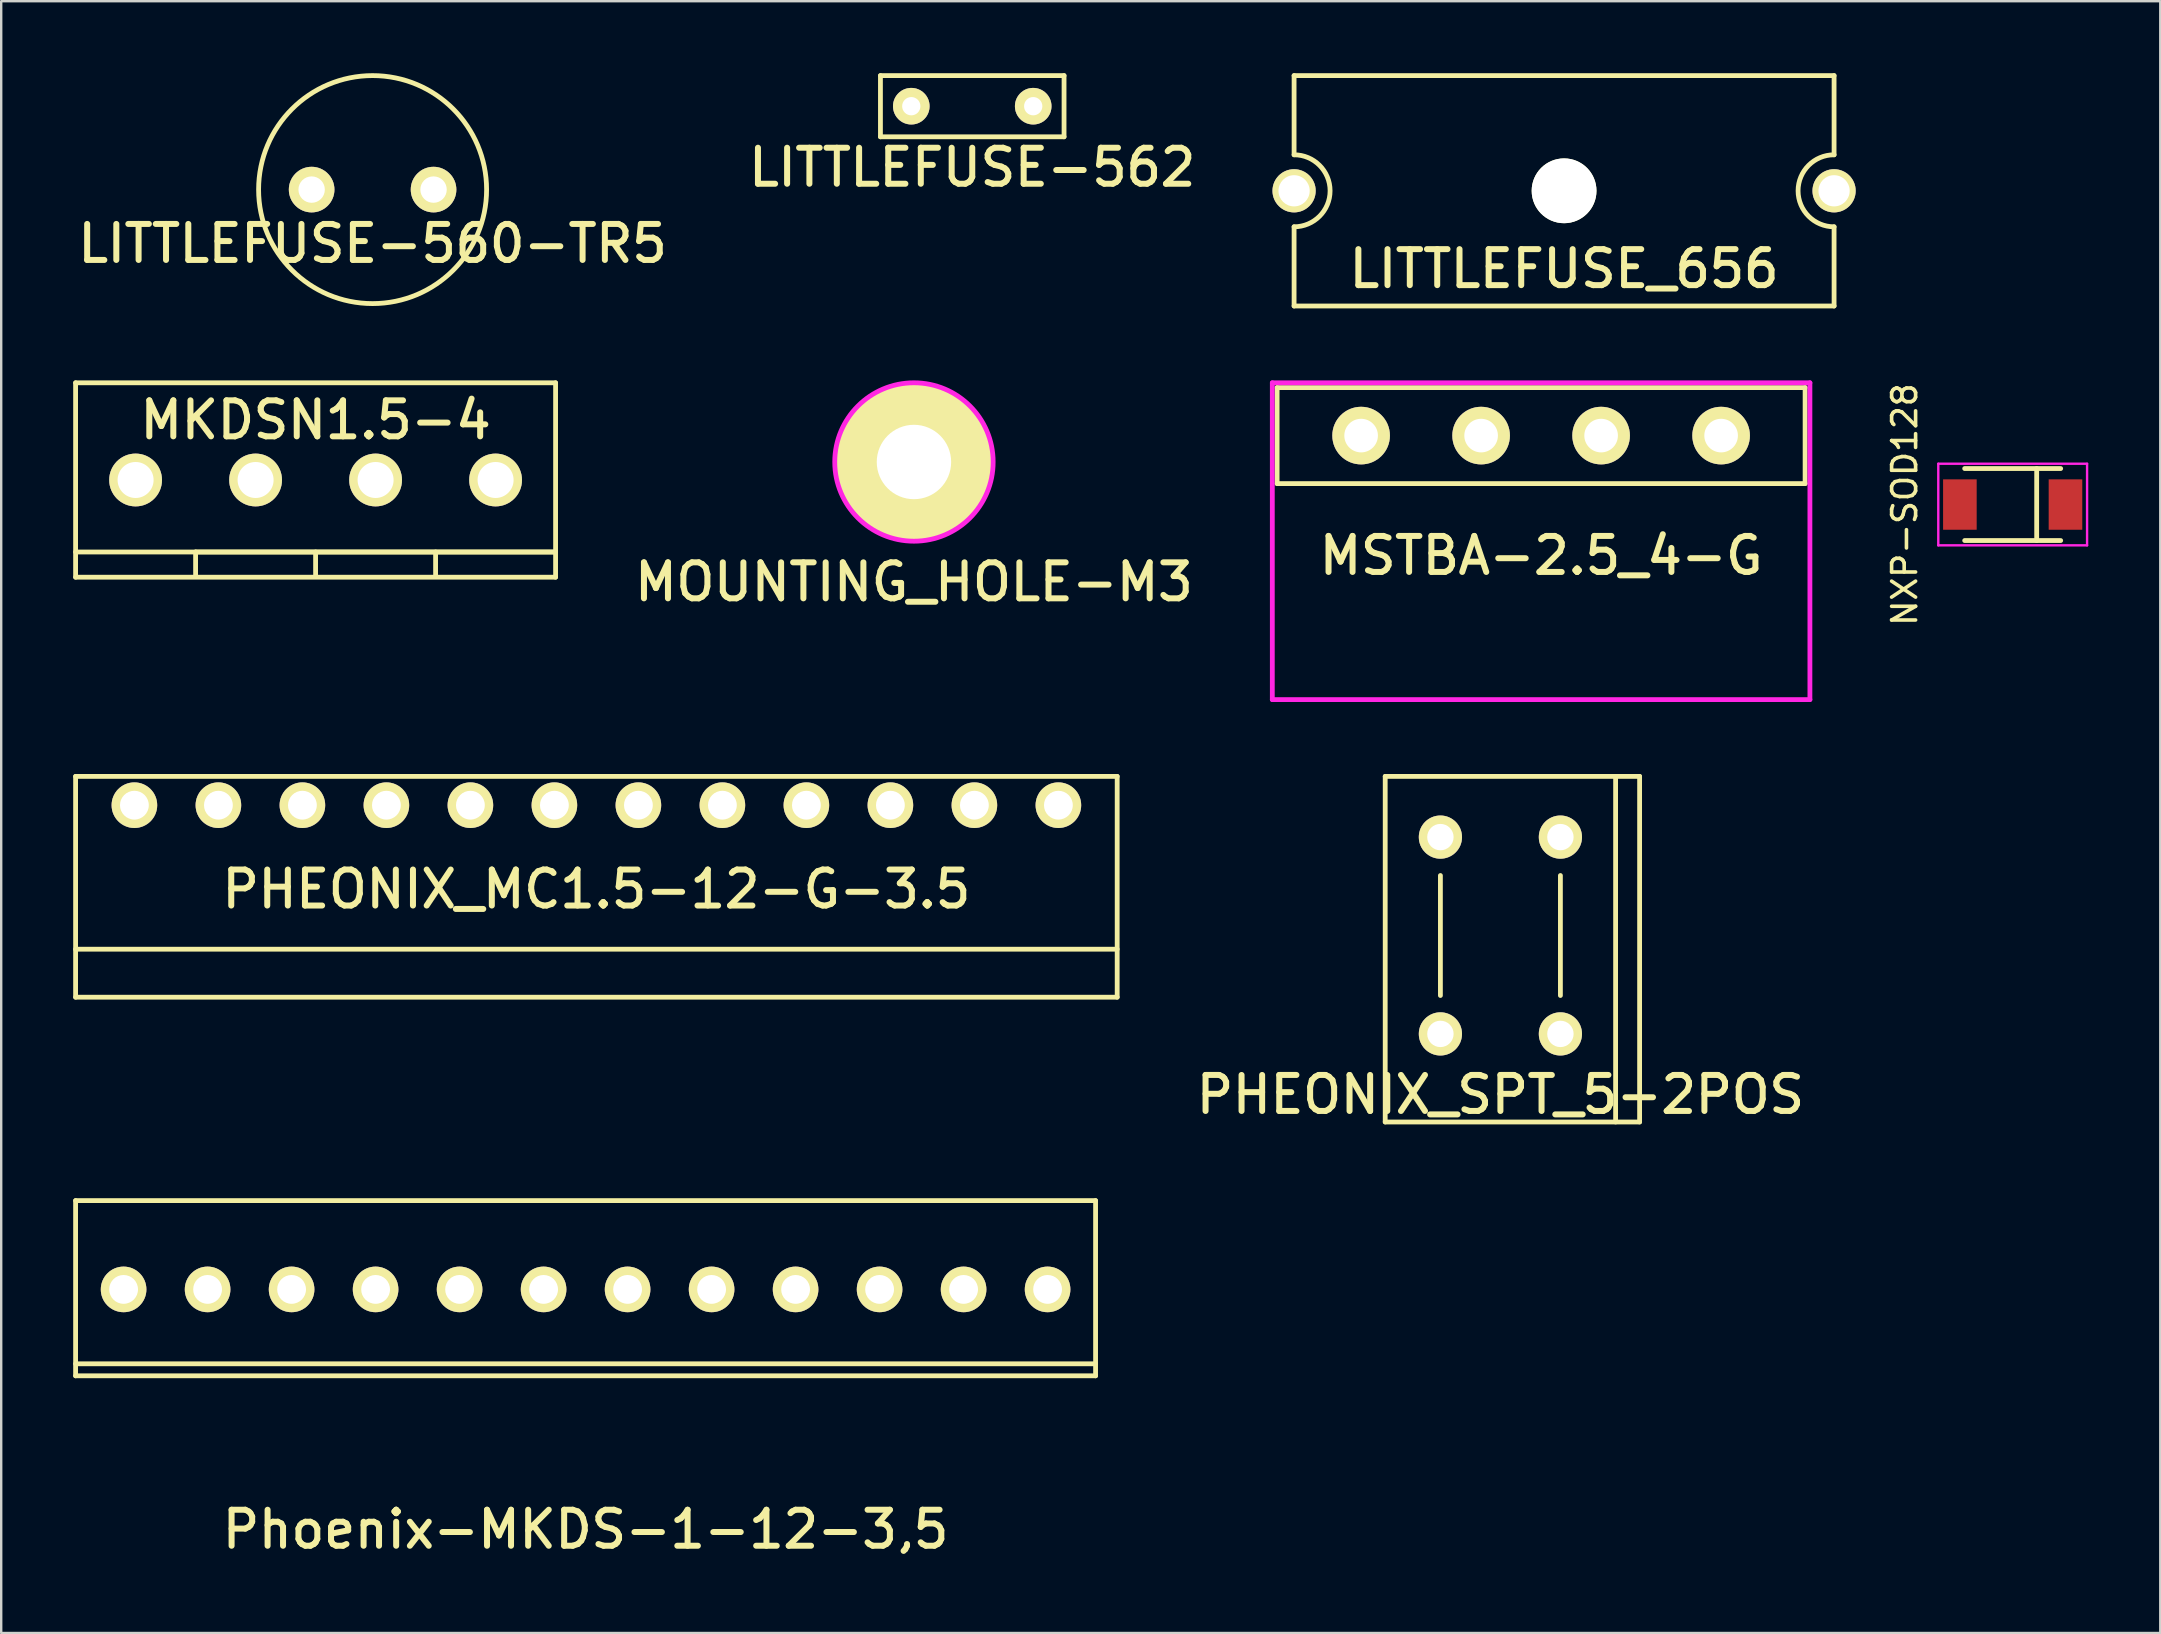
<source format=kicad_pcb>
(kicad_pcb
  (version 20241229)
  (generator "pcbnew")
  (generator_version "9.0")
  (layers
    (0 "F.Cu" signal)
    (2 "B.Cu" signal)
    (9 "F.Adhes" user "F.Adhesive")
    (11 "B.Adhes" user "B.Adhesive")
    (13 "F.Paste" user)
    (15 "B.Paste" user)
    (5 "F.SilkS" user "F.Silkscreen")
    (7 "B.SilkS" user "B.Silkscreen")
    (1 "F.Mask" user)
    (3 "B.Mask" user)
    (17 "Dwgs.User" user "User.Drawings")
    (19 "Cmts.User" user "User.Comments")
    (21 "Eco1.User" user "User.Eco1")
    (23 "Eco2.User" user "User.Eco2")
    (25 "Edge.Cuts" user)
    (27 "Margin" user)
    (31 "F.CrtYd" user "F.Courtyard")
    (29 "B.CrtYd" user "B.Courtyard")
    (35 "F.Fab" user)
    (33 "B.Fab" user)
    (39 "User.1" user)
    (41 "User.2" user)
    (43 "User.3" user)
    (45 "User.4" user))
  (footprint "MSTBA-2.5_4-G"
    (layer "F.Cu")
    (at 61.164 15.1)
    (property "Reference" "MSTBA-2.5_4-G" (at 0 5 0) (layer "F.SilkS") (effects (font (size 1.5 1.5) (thickness 0.25))))
    (attr through_hole)
    (fp_line (start -11 -2) (end 11 -2) (stroke (width 0.2) (type solid)) (layer "F.SilkS"))
    (fp_line (start -11 2) (end -11 -2) (stroke (width 0.2) (type solid)) (layer "F.SilkS"))
    (fp_line (start -11 2) (end 11 2) (stroke (width 0.2) (type solid)) (layer "F.SilkS"))
    (fp_line (start 11 -2) (end 11 2) (stroke (width 0.2) (type solid)) (layer "F.SilkS"))
    (fp_line (start -11.2 -2.2) (end 11.2 -2.2) (stroke (width 0.2) (type solid)) (layer "F.CrtYd"))
    (fp_line (start -11.2 11) (end -11.2 -2.2) (stroke (width 0.2) (type solid)) (layer "F.CrtYd"))
    (fp_line (start 11.2 -2.2) (end 11.2 11) (stroke (width 0.2) (type solid)) (layer "F.CrtYd"))
    (fp_line (start 11.2 11) (end -11.2 11) (stroke (width 0.2) (type solid)) (layer "F.CrtYd"))
    (pad "1" thru_hole circle (at -7.5 0) (size 2.4 2.4) (drill 1.4) (layers "*.Cu" "*.Mask" "F.SilkS"))
    (pad "2" thru_hole circle (at -2.5 0) (size 2.4 2.4) (drill 1.4) (layers "*.Cu" "*.Mask" "F.SilkS"))
    (pad "3" thru_hole circle (at 2.5 0) (size 2.4 2.4) (drill 1.4) (layers "*.Cu" "*.Mask" "F.SilkS"))
    (pad "4" thru_hole circle (at 7.5 0) (size 2.4 2.4) (drill 1.4) (layers "*.Cu" "*.Mask" "F.SilkS")))
  (footprint "PHEONIX_SPT_5-2POS"
    (layer "F.Cu")
    (at 59.468 35.93)
    (property "Reference" "PHEONIX_SPT_5-2POS" (at 0 6.63 0) (layer "F.SilkS") (effects (font (size 1.5 1.5) (thickness 0.25))))
    (attr through_hole)
    (fp_line (start -4.8 -6.63) (end -4.8 7.77) (stroke (width 0.2) (type solid)) (layer "F.SilkS"))
    (fp_line (start -4.8 -6.63) (end 5.8 -6.63) (stroke (width 0.2) (type solid)) (layer "F.SilkS"))
    (fp_line (start -2.5 2.5) (end -2.5 -2.5) (stroke (width 0.2) (type solid)) (layer "F.SilkS"))
    (fp_line (start 2.5 -2.5) (end 2.5 2.5) (stroke (width 0.2) (type solid)) (layer "F.SilkS"))
    (fp_line (start 4.8 -6.63) (end 4.8 7.77) (stroke (width 0.2) (type solid)) (layer "F.SilkS"))
    (fp_line (start 5.8 -6.63) (end 5.8 7.77) (stroke (width 0.2) (type solid)) (layer "F.SilkS"))
    (fp_line (start 5.8 7.77) (end -4.8 7.77) (stroke (width 0.2) (type solid)) (layer "F.SilkS"))
    (pad "1" thru_hole circle (at -2.5 -4.1) (size 1.8 1.8) (drill 1.1) (layers "*.Cu" "*.Mask" "F.SilkS"))
    (pad "1" thru_hole circle (at -2.5 4.1) (size 1.8 1.8) (drill 1.1) (layers "*.Cu" "*.Mask" "F.SilkS"))
    (pad "2" thru_hole circle (at 2.5 -4.1) (size 1.8 1.8) (drill 1.1) (layers "*.Cu" "*.Mask" "F.SilkS"))
    (pad "2" thru_hole circle (at 2.5 4.1) (size 1.8 1.8) (drill 1.1) (layers "*.Cu" "*.Mask" "F.SilkS")))
  (footprint "LITTLEFUSE-560-TR5"
    (layer "F.Cu")
    (at 12.475 4.85)
    (property "Reference" "LITTLEFUSE-560-TR5" (at 0 2.25 0) (layer "F.SilkS") (effects (font (size 1.5 1.5) (thickness 0.25))))
    (attr through_hole)
    (fp_circle (center 0 0) (end 4.75 0) (stroke (width 0.2) (type solid)) (fill no) (layer "F.SilkS"))
    (pad "1" thru_hole circle (at -2.54 0) (size 1.9 1.9) (drill 1.1) (layers "*.Cu" "*.Mask" "F.SilkS"))
    (pad "2" thru_hole circle (at 2.54 0) (size 1.9 1.9) (drill 1.1) (layers "*.Cu" "*.Mask" "F.SilkS")))
  (footprint "MOUNTING_HOLE-M3"
    (layer "F.Cu")
    (at 35.032 16.2)
    (property "Reference" "MOUNTING_HOLE-M3" (at 0 5 0) (layer "F.SilkS") (effects (font (size 1.5 1.5) (thickness 0.25))))
    (attr through_hole)
    (fp_circle (center 0 0) (end 0 -3.3) (stroke (width 0.2) (type solid)) (fill no) (layer "F.CrtYd"))
    (pad "1" thru_hole circle (at 0 0) (size 6.5 6.5) (drill 3.1) (layers "*.Cu" "*.Mask" "F.SilkS")))
  (footprint "LITTLEFUSE_656"
    (layer "F.Cu")
    (at 62.121 4.9)
    (property "Reference" "LITTLEFUSE_656" (at 0 3.25 0) (layer "F.SilkS") (effects (font (size 1.5 1.5) (thickness 0.25))))
    (attr through_hole)
    (fp_line (start -11.25 -4.8) (end -11.25 -1.5) (stroke (width 0.2) (type solid)) (layer "F.SilkS"))
    (fp_line (start -11.25 4.8) (end -11.25 1.5) (stroke (width 0.2) (type solid)) (layer "F.SilkS"))
    (fp_line (start -11.25 4.8) (end 11.25 4.8) (stroke (width 0.2) (type solid)) (layer "F.SilkS"))
    (fp_line (start 11.25 -4.8) (end -11.25 -4.8) (stroke (width 0.2) (type solid)) (layer "F.SilkS"))
    (fp_line (start 11.25 -4.8) (end 11.25 -1.5) (stroke (width 0.2) (type solid)) (layer "F.SilkS"))
    (fp_line (start 11.25 4.8) (end 11.25 1.5) (stroke (width 0.2) (type solid)) (layer "F.SilkS"))
    (fp_arc (start -11.25 -1.5) (mid -9.75 0) (end -11.25 1.5) (stroke (width 0.2) (type solid)) (layer "F.SilkS"))
    (fp_arc (start 11.25 1.5) (mid 9.75 0) (end 11.25 -1.5) (stroke (width 0.2) (type solid)) (layer "F.SilkS"))
    (pad "" np_thru_hole circle (at 0 0) (size 2.7 2.7) (drill 2.7) (layers "*.Cu" "*.Mask" "F.SilkS"))
    (pad "1" thru_hole circle (at -11.25 0) (size 1.8 1.8) (drill 1.3) (layers "*.Cu" "*.Mask" "F.SilkS"))
    (pad "2" thru_hole circle (at 11.25 0) (size 1.8 1.8) (drill 1.3) (layers "*.Cu" "*.Mask" "F.SilkS")))
  (footprint "Phoenix-MKDS-1-12-3,5"
    (layer "F.Cu")
    (at 21.35 50.676)
    (property "Reference" "Phoenix-MKDS-1-12-3,5" (at 0 10 0) (layer "F.SilkS") (effects (font (size 1.5 1.5) (thickness 0.25))))
    (attr through_hole)
    (fp_line (start -21.25 -3.7) (end -21.25 3.6) (stroke (width 0.2) (type solid)) (layer "F.SilkS"))
    (fp_line (start -21.25 -3.7) (end 21.25 -3.7) (stroke (width 0.2) (type solid)) (layer "F.SilkS"))
    (fp_line (start -21.25 3.1) (end 21.25 3.1) (stroke (width 0.2) (type solid)) (layer "F.SilkS"))
    (fp_line (start -21.25 3.6) (end 21.25 3.6) (stroke (width 0.2) (type solid)) (layer "F.SilkS"))
    (fp_line (start 21.25 -3.7) (end 21.25 3.6) (stroke (width 0.2) (type solid)) (layer "F.SilkS"))
    (pad "1" thru_hole circle (at -19.25 0) (size 1.9 1.9) (drill 1.2) (layers "*.Cu" "*.Mask" "F.SilkS"))
    (pad "2" thru_hole circle (at -15.75 0) (size 1.9 1.9) (drill 1.2) (layers "*.Cu" "*.Mask" "F.SilkS"))
    (pad "3" thru_hole circle (at -12.25 0) (size 1.9 1.9) (drill 1.2) (layers "*.Cu" "*.Mask" "F.SilkS"))
    (pad "4" thru_hole circle (at -8.75 0) (size 1.9 1.9) (drill 1.2) (layers "*.Cu" "*.Mask" "F.SilkS"))
    (pad "5" thru_hole circle (at -5.25 0) (size 1.9 1.9) (drill 1.2) (layers "*.Cu" "*.Mask" "F.SilkS"))
    (pad "6" thru_hole circle (at -1.75 0) (size 1.9 1.9) (drill 1.2) (layers "*.Cu" "*.Mask" "F.SilkS"))
    (pad "7" thru_hole circle (at 1.75 0) (size 1.9 1.9) (drill 1.2) (layers "*.Cu" "*.Mask" "F.SilkS"))
    (pad "8" thru_hole circle (at 5.25 0) (size 1.9 1.9) (drill 1.2) (layers "*.Cu" "*.Mask" "F.SilkS"))
    (pad "9" thru_hole circle (at 8.75 0) (size 1.9 1.9) (drill 1.2) (layers "*.Cu" "*.Mask" "F.SilkS"))
    (pad "10" thru_hole circle (at 12.25 0) (size 1.9 1.9) (drill 1.2) (layers "*.Cu" "*.Mask" "F.SilkS"))
    (pad "11" thru_hole circle (at 15.75 0) (size 1.9 1.9) (drill 1.2) (layers "*.Cu" "*.Mask" "F.SilkS"))
    (pad "12" thru_hole circle (at 19.25 0) (size 1.9 1.9) (drill 1.2) (layers "*.Cu" "*.Mask" "F.SilkS")))
  (footprint "LITTLEFUSE-562"
    (layer "F.Cu")
    (at 37.461 1.375)
    (property "Reference" "LITTLEFUSE-562" (at 0 2.55 0) (layer "F.SilkS") (effects (font (size 1.5 1.5) (thickness 0.25))))
    (attr through_hole)
    (fp_line (start -3.825 -1.275) (end 3.825 -1.275) (stroke (width 0.2) (type solid)) (layer "F.SilkS"))
    (fp_line (start -3.825 1.275) (end -3.825 -1.275) (stroke (width 0.2) (type solid)) (layer "F.SilkS"))
    (fp_line (start 3.825 -1.275) (end 3.825 1.275) (stroke (width 0.2) (type solid)) (layer "F.SilkS"))
    (fp_line (start 3.825 1.275) (end -3.825 1.275) (stroke (width 0.2) (type solid)) (layer "F.SilkS"))
    (pad "1" thru_hole circle (at -2.54 0) (size 1.524 1.524) (drill 0.762) (layers "*.Cu" "*.Mask" "F.SilkS"))
    (pad "2" thru_hole circle (at 2.54 0) (size 1.524 1.524) (drill 0.762) (layers "*.Cu" "*.Mask" "F.SilkS")))
  (footprint "MKDSN1.5-4"
    (layer "F.Cu")
    (at 10.1 16.95)
    (property "Reference" "MKDSN1.5-4" (at 0 -2.5 0) (layer "F.SilkS") (effects (font (size 1.5 1.5) (thickness 0.25))))
    (attr through_hole)
    (fp_line (start -10 -4.05) (end 10 -4.05) (stroke (width 0.2) (type solid)) (layer "F.SilkS"))
    (fp_line (start -10 3) (end 10 3) (stroke (width 0.2) (type solid)) (layer "F.SilkS"))
    (fp_line (start -10 4.05) (end -10 -4.05) (stroke (width 0.2) (type solid)) (layer "F.SilkS"))
    (fp_line (start -5 3) (end -5 4) (stroke (width 0.2) (type solid)) (layer "F.SilkS"))
    (fp_line (start 0 3) (end 0 4) (stroke (width 0.2) (type solid)) (layer "F.SilkS"))
    (fp_line (start 5 3) (end 5 4) (stroke (width 0.2) (type solid)) (layer "F.SilkS"))
    (fp_line (start 10 -4.05) (end 10 4.05) (stroke (width 0.2) (type solid)) (layer "F.SilkS"))
    (fp_line (start 10 3) (end -5 3) (stroke (width 0.2) (type solid)) (layer "F.SilkS"))
    (fp_line (start 10 4.05) (end -10 4.05) (stroke (width 0.2) (type solid)) (layer "F.SilkS"))
    (pad "1" thru_hole circle (at -7.5 0) (size 2.2 2.2) (drill 1.5) (layers "*.Cu" "*.Mask" "F.SilkS"))
    (pad "2" thru_hole circle (at -2.5 0) (size 2.2 2.2) (drill 1.5) (layers "*.Cu" "*.Mask" "F.SilkS"))
    (pad "3" thru_hole circle (at 2.5 0) (size 2.2 2.2) (drill 1.5) (layers "*.Cu" "*.Mask" "F.SilkS"))
    (pad "4" thru_hole circle (at 7.5 0) (size 2.2 2.2) (drill 1.5) (layers "*.Cu" "*.Mask" "F.SilkS")))
  (footprint "NXP-SOD128"
    (layer "F.Cu")
    (at 80.813 17.973)
    (property "Reference" "NXP-SOD128" (at -4.5 0 90) (layer "F.SilkS") (effects (font (size 1 1) (thickness 0.15))))
    (attr through_hole)
    (fp_line (start -2 -1.5) (end 2 -1.5) (stroke (width 0.2) (type solid)) (layer "F.SilkS"))
    (fp_line (start -2 1.5) (end 2 1.5) (stroke (width 0.2) (type solid)) (layer "F.SilkS"))
    (fp_line (start 1 -1.5) (end 1 1.5) (stroke (width 0.2) (type solid)) (layer "F.SilkS"))
    (fp_line (start -3.1 -1.7) (end 3.1 -1.7) (stroke (width 0.1) (type solid)) (layer "F.CrtYd"))
    (fp_line (start -3.1 1.7) (end -3.1 -1.7) (stroke (width 0.1) (type solid)) (layer "F.CrtYd"))
    (fp_line (start 3.1 -1.7) (end 3.1 1.7) (stroke (width 0.1) (type solid)) (layer "F.CrtYd"))
    (fp_line (start 3.1 1.7) (end -3.1 1.7) (stroke (width 0.1) (type solid)) (layer "F.CrtYd"))
    (pad "1" smd rect (at 2.2 0) (size 1.4 2.1) (layers "F.Cu" "F.Mask" "F.Paste"))
    (pad "2" smd rect (at -2.2 0) (size 1.4 2.1) (layers "F.Cu" "F.Mask" "F.Paste")))
  (footprint "PHEONIX_MC1.5-12-G-3.5"
    (layer "F.Cu")
    (at 21.8 30.5)
    (property "Reference" "PHEONIX_MC1.5-12-G-3.5" (at 0 3.5 0) (layer "F.SilkS") (effects (font (size 1.5 1.5) (thickness 0.25))))
    (attr through_hole)
    (fp_line (start -21.7 -1.2) (end 21.7 -1.2) (stroke (width 0.2) (type solid)) (layer "F.SilkS"))
    (fp_line (start -21.7 6) (end 21.7 6) (stroke (width 0.2) (type solid)) (layer "F.SilkS"))
    (fp_line (start -21.7 8) (end -21.7 -1.2) (stroke (width 0.2) (type solid)) (layer "F.SilkS"))
    (fp_line (start -21.7 8) (end 21.7 8) (stroke (width 0.2) (type solid)) (layer "F.SilkS"))
    (fp_line (start 21.7 -1.2) (end 21.7 8) (stroke (width 0.2) (type solid)) (layer "F.SilkS"))
    (pad "1" thru_hole circle (at -19.25 0) (size 1.9 1.9) (drill 1.2) (layers "*.Cu" "*.Mask" "F.SilkS"))
    (pad "2" thru_hole circle (at -15.75 0) (size 1.9 1.9) (drill 1.2) (layers "*.Cu" "*.Mask" "F.SilkS"))
    (pad "3" thru_hole circle (at -12.25 0) (size 1.9 1.9) (drill 1.2) (layers "*.Cu" "*.Mask" "F.SilkS"))
    (pad "4" thru_hole circle (at -8.75 0) (size 1.9 1.9) (drill 1.2) (layers "*.Cu" "*.Mask" "F.SilkS"))
    (pad "5" thru_hole circle (at -5.25 0) (size 1.9 1.9) (drill 1.2) (layers "*.Cu" "*.Mask" "F.SilkS"))
    (pad "6" thru_hole circle (at -1.75 0) (size 1.9 1.9) (drill 1.2) (layers "*.Cu" "*.Mask" "F.SilkS"))
    (pad "7" thru_hole circle (at 1.75 0) (size 1.9 1.9) (drill 1.2) (layers "*.Cu" "*.Mask" "F.SilkS"))
    (pad "8" thru_hole circle (at 5.25 0) (size 1.9 1.9) (drill 1.2) (layers "*.Cu" "*.Mask" "F.SilkS"))
    (pad "9" thru_hole circle (at 8.75 0) (size 1.9 1.9) (drill 1.2) (layers "*.Cu" "*.Mask" "F.SilkS"))
    (pad "10" thru_hole circle (at 12.25 0) (size 1.9 1.9) (drill 1.2) (layers "*.Cu" "*.Mask" "F.SilkS"))
    (pad "11" thru_hole circle (at 15.75 0) (size 1.9 1.9) (drill 1.2) (layers "*.Cu" "*.Mask" "F.SilkS"))
    (pad "12" thru_hole circle (at 19.25 0) (size 1.9 1.9) (drill 1.2) (layers "*.Cu" "*.Mask" "F.SilkS")))
  (gr_rect
    (start -3 -3)
    (end 86.963 64.993)
    (stroke (width 0.1) (type default))
    (fill no)
    (layer "Edge.Cuts")))
</source>
